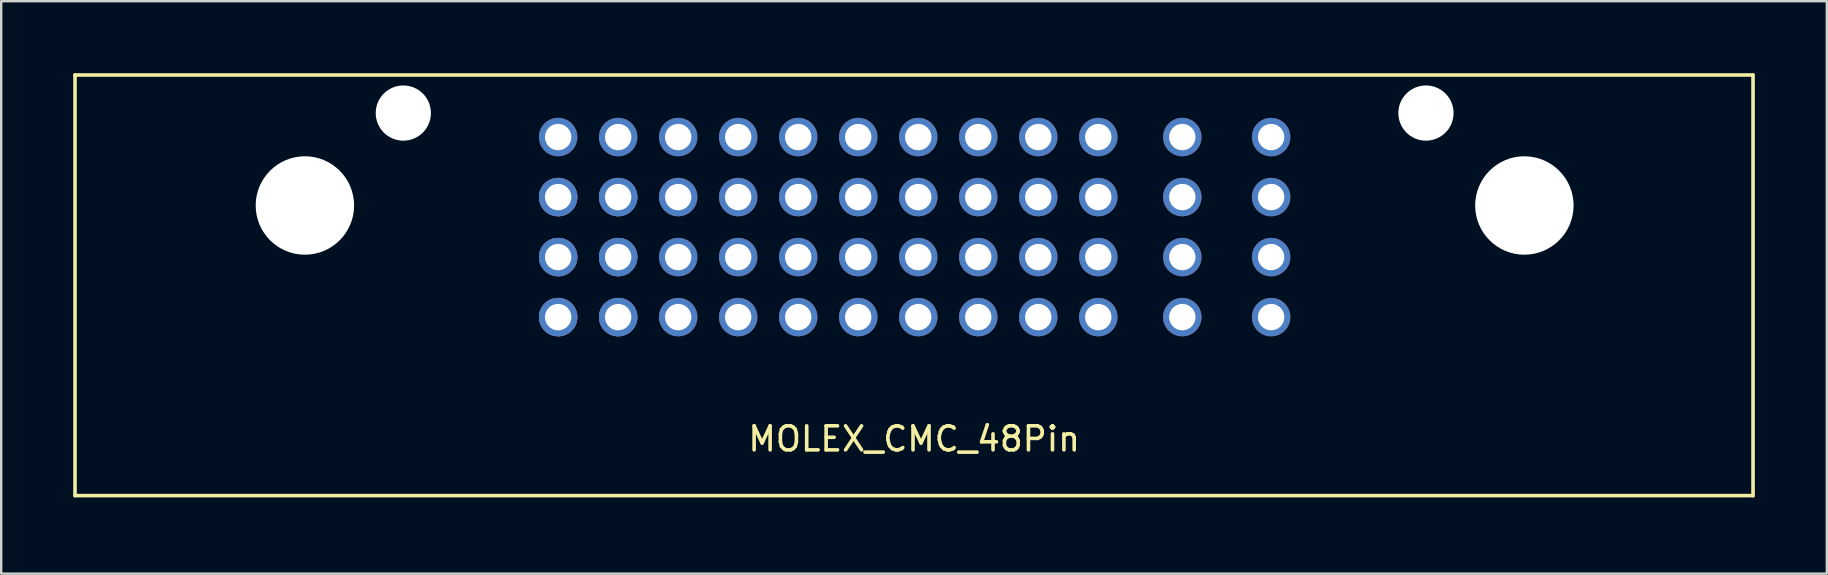
<source format=kicad_pcb>
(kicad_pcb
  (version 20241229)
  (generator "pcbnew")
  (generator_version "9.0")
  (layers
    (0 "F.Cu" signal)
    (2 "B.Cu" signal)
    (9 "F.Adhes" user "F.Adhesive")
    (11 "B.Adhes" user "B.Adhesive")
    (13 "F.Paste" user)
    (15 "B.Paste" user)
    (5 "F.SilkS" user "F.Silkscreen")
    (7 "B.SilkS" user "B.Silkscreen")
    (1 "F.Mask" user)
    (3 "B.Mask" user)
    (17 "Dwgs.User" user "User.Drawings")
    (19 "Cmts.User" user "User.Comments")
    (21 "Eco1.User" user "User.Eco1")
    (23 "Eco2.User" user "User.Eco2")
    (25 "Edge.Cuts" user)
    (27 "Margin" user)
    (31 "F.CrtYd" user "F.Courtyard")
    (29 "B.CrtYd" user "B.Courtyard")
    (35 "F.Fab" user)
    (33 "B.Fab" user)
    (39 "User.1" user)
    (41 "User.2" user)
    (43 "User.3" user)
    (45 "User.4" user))
  (footprint "MOLEX_CMC_48Pin"
    (layer "F.Cu")
    (at 35.051 17.596)
    (property "Reference" "MOLEX_CMC_48Pin" (at -0.02 -2.362 0) (layer "F.SilkS") (effects (font (size 1 1) (thickness 0.15))))
    (attr through_hole)
    (fp_line (start -34.976 -17.521) (end -34.976 0) (stroke (width 0.15) (type solid)) (layer "F.SilkS"))
    (fp_line (start -34.976 -17.521) (end 34.925 -17.521) (stroke (width 0.15) (type solid)) (layer "F.SilkS"))
    (fp_line (start -34.976 0) (end 34.925 0) (stroke (width 0.15) (type solid)) (layer "F.SilkS"))
    (fp_line (start 34.925 -17.521) (end 34.925 0) (stroke (width 0.15) (type solid)) (layer "F.SilkS"))
    (pad "" np_thru_hole circle (at -25.4 -12.086) (size 4.1 4.1) (drill 4.1) (layers "*.Cu" "*.Mask"))
    (pad "" np_thru_hole circle (at -21.3 -15.936) (size 2.3 2.3) (drill 2.3) (layers "*.Cu" "*.Mask"))
    (pad "" np_thru_hole circle (at 21.3 -15.936) (size 2.3 2.3) (drill 2.3) (layers "*.Cu" "*.Mask"))
    (pad "" np_thru_hole circle (at 25.4 -12.086) (size 4.1 4.1) (drill 4.1) (layers "*.Cu" "*.Mask"))
    (pad "1A" thru_hole circle (at -14.85 -14.936) (size 1.6 1.6) (drill 1.1) (layers "*.Cu" "*.Mask"))
    (pad "1B" thru_hole circle (at -12.35 -14.936) (size 1.6 1.6) (drill 1.1) (layers "*.Cu" "*.Mask"))
    (pad "1C" thru_hole circle (at -9.85 -14.936) (size 1.6 1.6) (drill 1.1) (layers "*.Cu" "*.Mask"))
    (pad "1D" thru_hole circle (at -7.35 -14.936) (size 1.6 1.6) (drill 1.1) (layers "*.Cu" "*.Mask"))
    (pad "1E" thru_hole circle (at -4.85 -14.936) (size 1.6 1.6) (drill 1.1) (layers "*.Cu" "*.Mask"))
    (pad "1F" thru_hole circle (at -2.35 -14.936) (size 1.6 1.6) (drill 1.1) (layers "*.Cu" "*.Mask"))
    (pad "1G" thru_hole circle (at 0.15 -14.936) (size 1.6 1.6) (drill 1.1) (layers "*.Cu" "*.Mask"))
    (pad "1H" thru_hole circle (at 2.65 -14.936) (size 1.6 1.6) (drill 1.1) (layers "*.Cu" "*.Mask"))
    (pad "1J" thru_hole circle (at 5.15 -14.936) (size 1.6 1.6) (drill 1.1) (layers "*.Cu" "*.Mask"))
    (pad "1K" thru_hole circle (at 7.65 -14.936) (size 1.6 1.6) (drill 1.1) (layers "*.Cu" "*.Mask"))
    (pad "1L" thru_hole circle (at 11.15 -14.936) (size 1.6 1.6) (drill 1.1) (layers "*.Cu" "*.Mask"))
    (pad "1M" thru_hole circle (at 14.85 -14.936) (size 1.6 1.6) (drill 1.1) (layers "*.Cu" "*.Mask"))
    (pad "2A" thru_hole circle (at -14.85 -12.436) (size 1.6 1.6) (drill 0.71) (layers "*.Cu" "*.Mask"))
    (pad "2A" thru_hole circle (at -14.85 -12.436) (size 1.6 1.6) (drill 1.1) (layers "*.Cu" "*.Mask"))
    (pad "2B" thru_hole circle (at -12.35 -12.436) (size 1.6 1.6) (drill 1.1) (layers "*.Cu" "*.Mask"))
    (pad "2B" thru_hole circle (at -12.35 -12.436) (size 1.6 1.6) (drill 0.71) (layers "*.Cu" "*.Mask"))
    (pad "2C" thru_hole circle (at -9.85 -12.436) (size 1.6 1.6) (drill 1.1) (layers "*.Cu" "*.Mask"))
    (pad "2D" thru_hole circle (at -7.35 -12.436) (size 1.6 1.6) (drill 1.1) (layers "*.Cu" "*.Mask"))
    (pad "2E" thru_hole circle (at -4.85 -12.436) (size 1.6 1.6) (drill 1.1) (layers "*.Cu" "*.Mask"))
    (pad "2F" thru_hole circle (at -2.35 -12.436) (size 1.6 1.6) (drill 1.1) (layers "*.Cu" "*.Mask"))
    (pad "2G" thru_hole circle (at 0.15 -12.436) (size 1.6 1.6) (drill 1.1) (layers "*.Cu" "*.Mask"))
    (pad "2H" thru_hole circle (at 2.65 -12.436) (size 1.6 1.6) (drill 1.1) (layers "*.Cu" "*.Mask"))
    (pad "2J" thru_hole circle (at 5.15 -12.436) (size 1.6 1.6) (drill 1.1) (layers "*.Cu" "*.Mask"))
    (pad "2K" thru_hole circle (at 7.65 -12.436) (size 1.6 1.6) (drill 1.1) (layers "*.Cu" "*.Mask"))
    (pad "2L" thru_hole circle (at 11.15 -12.436) (size 1.6 1.6) (drill 1.1) (layers "*.Cu" "*.Mask"))
    (pad "2M" thru_hole circle (at 14.85 -12.436) (size 1.6 1.6) (drill 1.1) (layers "*.Cu" "*.Mask"))
    (pad "3A" thru_hole circle (at -14.85 -9.936) (size 1.6 1.6) (drill 0.71) (layers "*.Cu" "*.Mask"))
    (pad "3A" thru_hole circle (at -14.85 -9.936) (size 1.6 1.6) (drill 1.1) (layers "*.Cu" "*.Mask"))
    (pad "3B" thru_hole circle (at -12.35 -9.936) (size 1.6 1.6) (drill 1.1) (layers "*.Cu" "*.Mask"))
    (pad "3B" thru_hole circle (at -12.35 -9.936) (size 1.6 1.6) (drill 0.71) (layers "*.Cu" "*.Mask"))
    (pad "3C" thru_hole circle (at -9.85 -9.936) (size 1.6 1.6) (drill 1.1) (layers "*.Cu" "*.Mask"))
    (pad "3D" thru_hole circle (at -7.35 -9.936) (size 1.6 1.6) (drill 1.1) (layers "*.Cu" "*.Mask"))
    (pad "3E" thru_hole circle (at -4.85 -9.936) (size 1.6 1.6) (drill 1.1) (layers "*.Cu" "*.Mask"))
    (pad "3F" thru_hole circle (at -2.35 -9.936) (size 1.6 1.6) (drill 1.1) (layers "*.Cu" "*.Mask"))
    (pad "3G" thru_hole circle (at 0.15 -9.936) (size 1.6 1.6) (drill 1.1) (layers "*.Cu" "*.Mask"))
    (pad "3H" thru_hole circle (at 2.65 -9.936) (size 1.6 1.6) (drill 1.1) (layers "*.Cu" "*.Mask"))
    (pad "3J" thru_hole circle (at 5.15 -9.936) (size 1.6 1.6) (drill 1.1) (layers "*.Cu" "*.Mask"))
    (pad "3K" thru_hole circle (at 7.65 -9.936) (size 1.6 1.6) (drill 1.1) (layers "*.Cu" "*.Mask"))
    (pad "3L" thru_hole circle (at 11.15 -9.936) (size 1.6 1.6) (drill 1.1) (layers "*.Cu" "*.Mask"))
    (pad "3M" thru_hole circle (at 14.85 -9.936) (size 1.6 1.6) (drill 1.1) (layers "*.Cu" "*.Mask"))
    (pad "4A" thru_hole circle (at -14.85 -7.436) (size 1.6 1.6) (drill 0.71) (layers "*.Cu" "*.Mask"))
    (pad "4A" thru_hole circle (at -14.85 -7.436) (size 1.6 1.6) (drill 1.1) (layers "*.Cu" "*.Mask"))
    (pad "4B" thru_hole circle (at -12.35 -7.436) (size 1.6 1.6) (drill 1.1) (layers "*.Cu" "*.Mask"))
    (pad "4B" thru_hole circle (at -12.35 -7.436) (size 1.6 1.6) (drill 0.71) (layers "*.Cu" "*.Mask"))
    (pad "4C" thru_hole circle (at -9.85 -7.436) (size 1.6 1.6) (drill 1.1) (layers "*.Cu" "*.Mask"))
    (pad "4D" thru_hole circle (at -7.35 -7.436) (size 1.6 1.6) (drill 1.1) (layers "*.Cu" "*.Mask"))
    (pad "4E" thru_hole circle (at -4.85 -7.436) (size 1.6 1.6) (drill 1.1) (layers "*.Cu" "*.Mask"))
    (pad "4F" thru_hole circle (at -2.35 -7.436) (size 1.6 1.6) (drill 1.1) (layers "*.Cu" "*.Mask"))
    (pad "4G" thru_hole circle (at 0.15 -7.436) (size 1.6 1.6) (drill 1.1) (layers "*.Cu" "*.Mask"))
    (pad "4H" thru_hole circle (at 2.65 -7.436) (size 1.6 1.6) (drill 1.1) (layers "*.Cu" "*.Mask"))
    (pad "4J" thru_hole circle (at 5.15 -7.436) (size 1.6 1.6) (drill 1.1) (layers "*.Cu" "*.Mask"))
    (pad "4K" thru_hole circle (at 7.65 -7.436) (size 1.6 1.6) (drill 1.1) (layers "*.Cu" "*.Mask"))
    (pad "4L" thru_hole circle (at 11.15 -7.436) (size 1.6 1.6) (drill 1.1) (layers "*.Cu" "*.Mask"))
    (pad "4M" thru_hole circle (at 14.85 -7.436) (size 1.6 1.6) (drill 1.1) (layers "*.Cu" "*.Mask")))
  (gr_rect
    (start -3 -3)
    (end 73.051 20.846)
    (stroke (width 0.1) (type default))
    (fill no)
    (layer "Edge.Cuts")))
</source>
